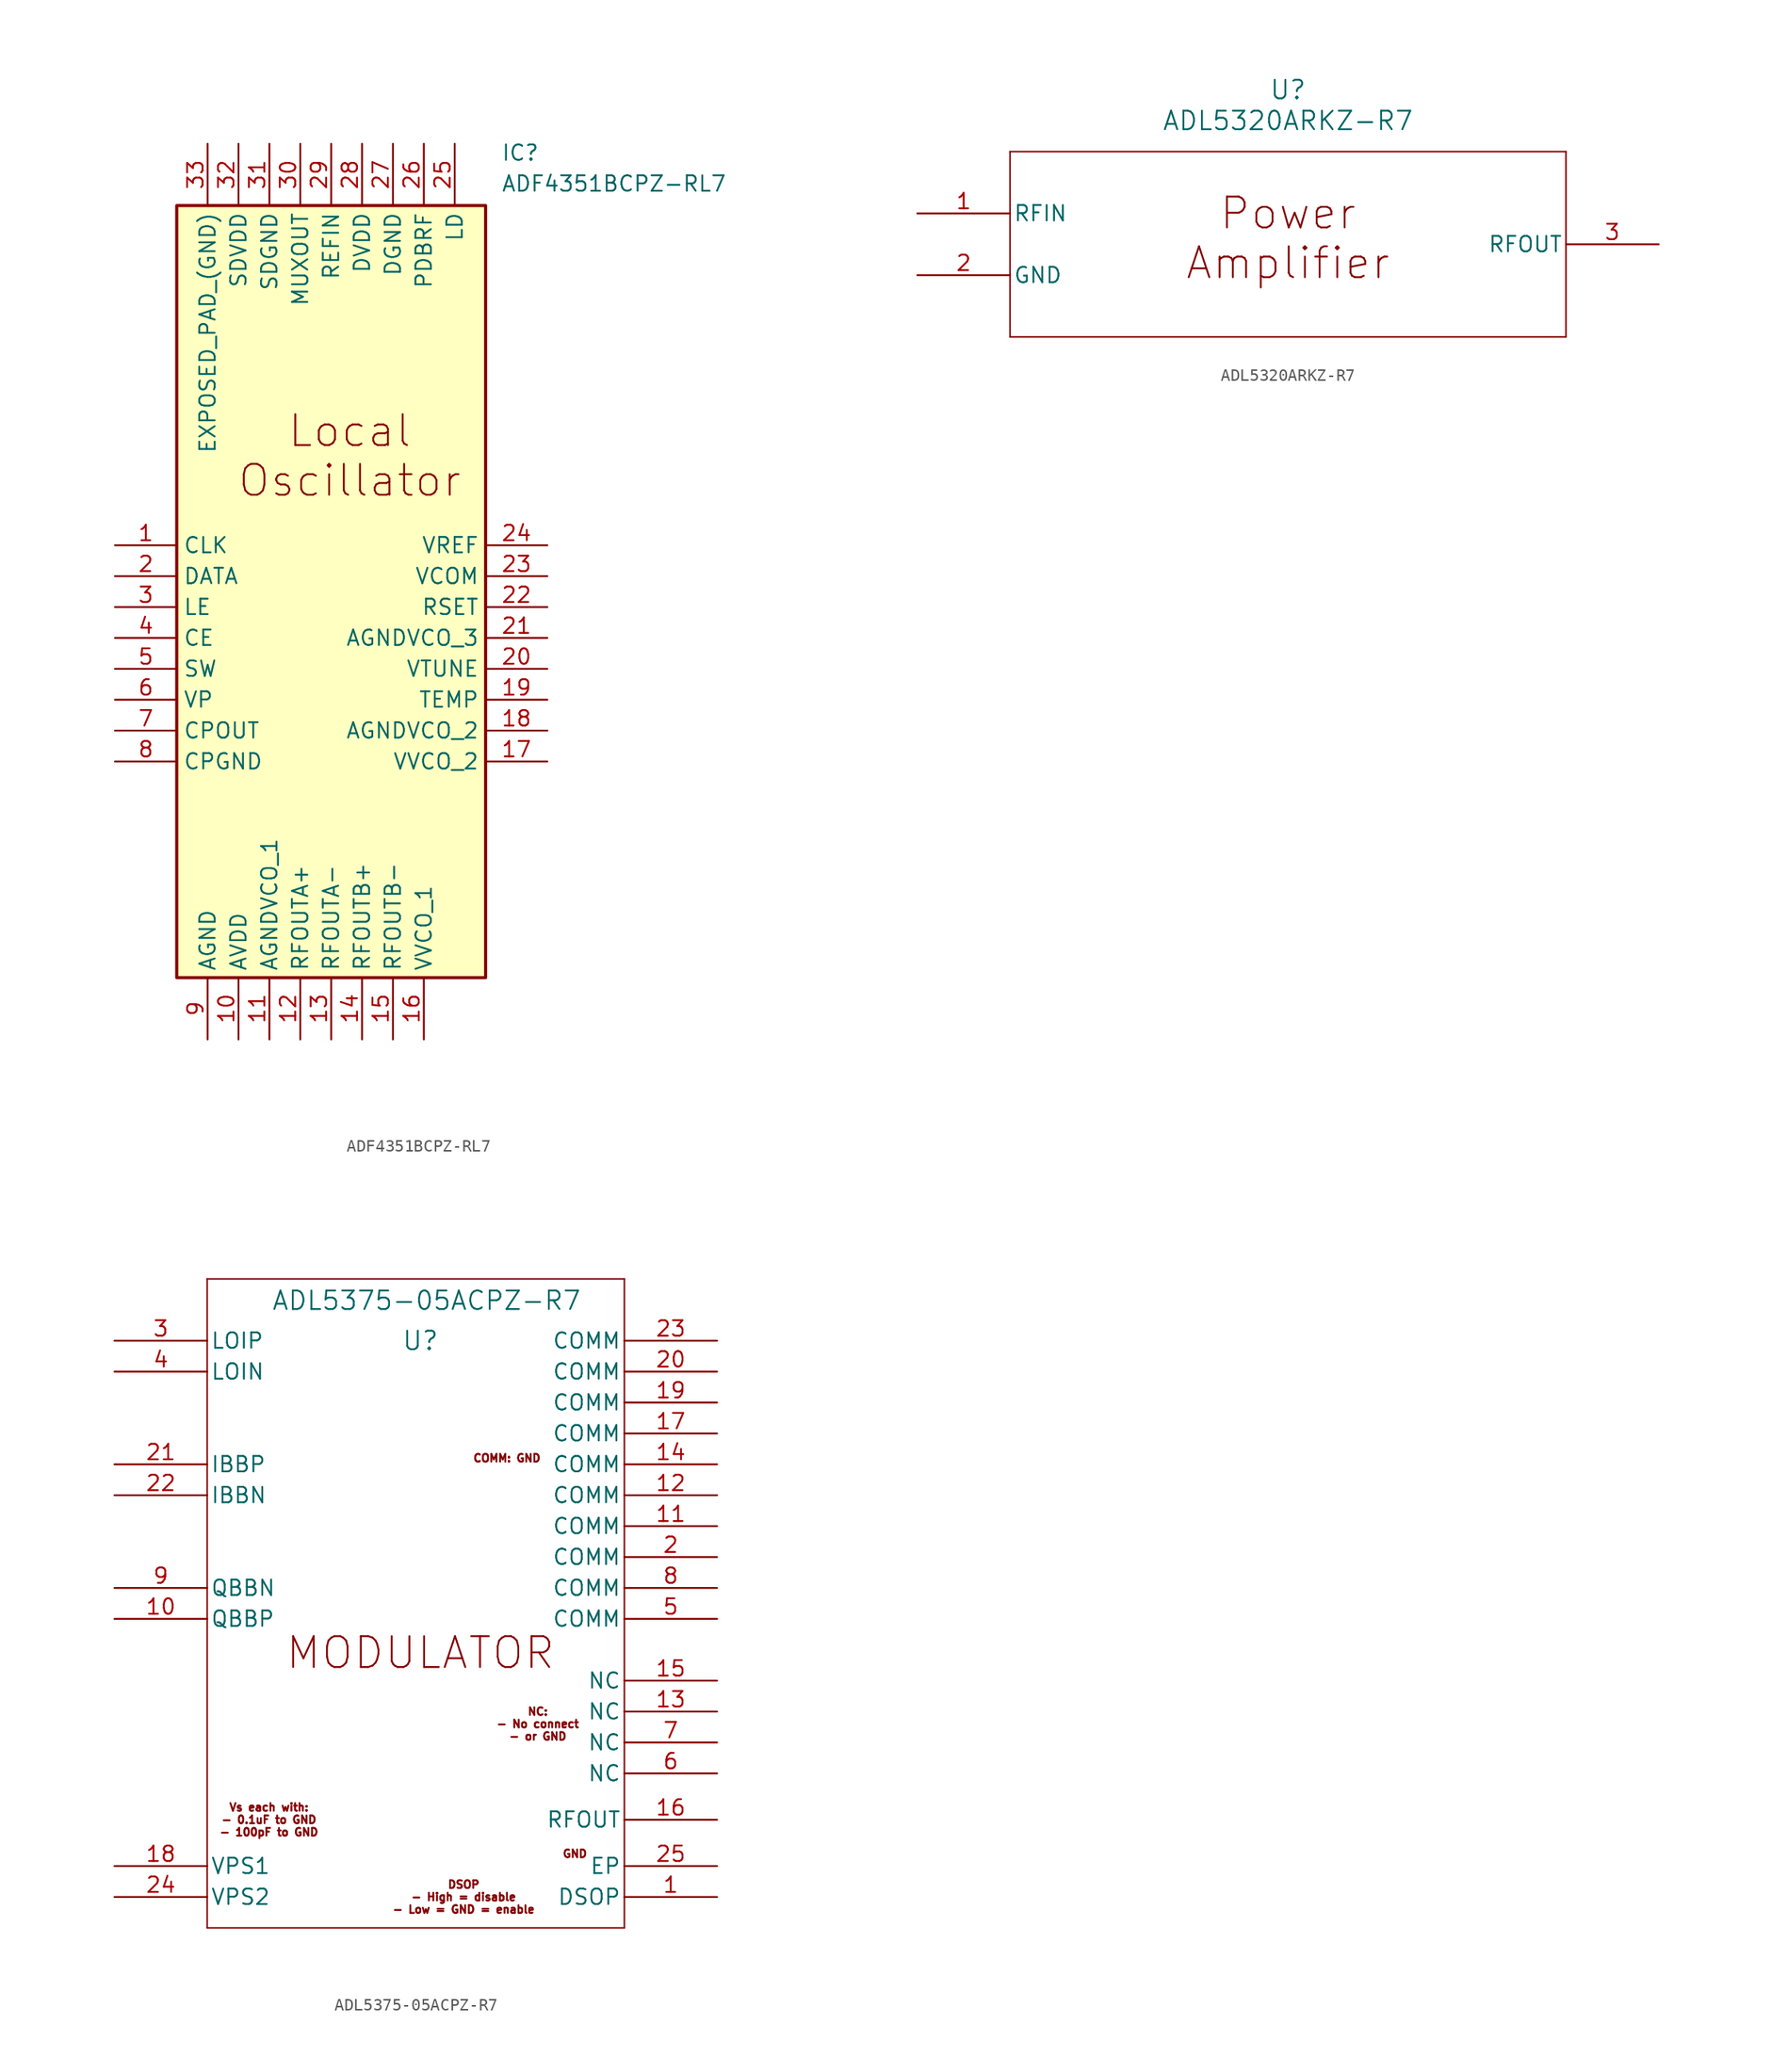
<source format=kicad_sym>
(kicad_symbol_lib
  (version 20241209)
  (generator "kicad_symbol_editor")
  (generator_version "9.0")
  (symbol "ADF4351BCPZ-RL7"
    (property "Reference" "IC"
      (at 31.75 33.02 0)
      (effects (font (size 1.27 1.27)) (justify left top)))
    (property "Value" "ADF4351BCPZ-RL7"
      (at 31.75 30.48 0)
      (effects (font (size 1.27 1.27)) (justify left top)))
    (symbol "ADF4351BCPZ-RL7_1_1"
      (rectangle (start 5.08 27.94) (end 30.48 -35.56) (stroke (width 0.254) (type default)) (fill (type background)))
      (text "Local\nOscillator" (at 19.304 7.366 0) (effects (font (size 2.54 2.54))))
      (pin passive line (at 0 0 0) (length 5.08) (name "CLK" (effects (font (size 1.27 1.27)))) (number "1" (effects (font (size 1.27 1.27)))))
      (pin passive line (at 0 -2.54 0) (length 5.08) (name "DATA" (effects (font (size 1.27 1.27)))) (number "2" (effects (font (size 1.27 1.27)))))
      (pin passive line (at 0 -5.08 0) (length 5.08) (name "LE" (effects (font (size 1.27 1.27)))) (number "3" (effects (font (size 1.27 1.27)))))
      (pin passive line (at 0 -7.62 0) (length 5.08) (name "CE" (effects (font (size 1.27 1.27)))) (number "4" (effects (font (size 1.27 1.27)))))
      (pin passive line (at 0 -10.16 0) (length 5.08) (name "SW" (effects (font (size 1.27 1.27)))) (number "5" (effects (font (size 1.27 1.27)))))
      (pin passive line (at 0 -12.7 0) (length 5.08) (name "VP" (effects (font (size 1.27 1.27)))) (number "6" (effects (font (size 1.27 1.27)))))
      (pin passive line (at 0 -15.24 0) (length 5.08) (name "CPOUT" (effects (font (size 1.27 1.27)))) (number "7" (effects (font (size 1.27 1.27)))))
      (pin passive line (at 0 -17.78 0) (length 5.08) (name "CPGND" (effects (font (size 1.27 1.27)))) (number "8" (effects (font (size 1.27 1.27)))))
      (pin passive line (at 7.62 33.02 270) (length 5.08) (name "EXPOSED_PAD_(GND)" (effects (font (size 1.27 1.27)))) (number "33" (effects (font (size 1.27 1.27)))))
      (pin passive line (at 7.62 -40.64 90) (length 5.08) (name "AGND" (effects (font (size 1.27 1.27)))) (number "9" (effects (font (size 1.27 1.27)))))
      (pin passive line (at 10.16 33.02 270) (length 5.08) (name "SDVDD" (effects (font (size 1.27 1.27)))) (number "32" (effects (font (size 1.27 1.27)))))
      (pin passive line (at 10.16 -40.64 90) (length 5.08) (name "AVDD" (effects (font (size 1.27 1.27)))) (number "10" (effects (font (size 1.27 1.27)))))
      (pin passive line (at 12.7 33.02 270) (length 5.08) (name "SDGND" (effects (font (size 1.27 1.27)))) (number "31" (effects (font (size 1.27 1.27)))))
      (pin passive line (at 12.7 -40.64 90) (length 5.08) (name "AGNDVCO_1" (effects (font (size 1.27 1.27)))) (number "11" (effects (font (size 1.27 1.27)))))
      (pin passive line (at 15.24 33.02 270) (length 5.08) (name "MUXOUT" (effects (font (size 1.27 1.27)))) (number "30" (effects (font (size 1.27 1.27)))))
      (pin passive line (at 15.24 -40.64 90) (length 5.08) (name "RFOUTA+" (effects (font (size 1.27 1.27)))) (number "12" (effects (font (size 1.27 1.27)))))
      (pin passive line (at 17.78 33.02 270) (length 5.08) (name "REFIN" (effects (font (size 1.27 1.27)))) (number "29" (effects (font (size 1.27 1.27)))))
      (pin passive line (at 17.78 -40.64 90) (length 5.08) (name "RFOUTA-" (effects (font (size 1.27 1.27)))) (number "13" (effects (font (size 1.27 1.27)))))
      (pin passive line (at 20.32 33.02 270) (length 5.08) (name "DVDD" (effects (font (size 1.27 1.27)))) (number "28" (effects (font (size 1.27 1.27)))))
      (pin passive line (at 20.32 -40.64 90) (length 5.08) (name "RFOUTB+" (effects (font (size 1.27 1.27)))) (number "14" (effects (font (size 1.27 1.27)))))
      (pin passive line (at 22.86 33.02 270) (length 5.08) (name "DGND" (effects (font (size 1.27 1.27)))) (number "27" (effects (font (size 1.27 1.27)))))
      (pin passive line (at 22.86 -40.64 90) (length 5.08) (name "RFOUTB-" (effects (font (size 1.27 1.27)))) (number "15" (effects (font (size 1.27 1.27)))))
      (pin passive line (at 25.4 33.02 270) (length 5.08) (name "PDBRF" (effects (font (size 1.27 1.27)))) (number "26" (effects (font (size 1.27 1.27)))))
      (pin passive line (at 25.4 -40.64 90) (length 5.08) (name "VVCO_1" (effects (font (size 1.27 1.27)))) (number "16" (effects (font (size 1.27 1.27)))))
      (pin passive line (at 27.94 33.02 270) (length 5.08) (name "LD" (effects (font (size 1.27 1.27)))) (number "25" (effects (font (size 1.27 1.27)))))
      (pin passive line (at 35.56 0 180) (length 5.08) (name "VREF" (effects (font (size 1.27 1.27)))) (number "24" (effects (font (size 1.27 1.27)))))
      (pin passive line (at 35.56 -2.54 180) (length 5.08) (name "VCOM" (effects (font (size 1.27 1.27)))) (number "23" (effects (font (size 1.27 1.27)))))
      (pin passive line (at 35.56 -5.08 180) (length 5.08) (name "RSET" (effects (font (size 1.27 1.27)))) (number "22" (effects (font (size 1.27 1.27)))))
      (pin passive line (at 35.56 -7.62 180) (length 5.08) (name "AGNDVCO_3" (effects (font (size 1.27 1.27)))) (number "21" (effects (font (size 1.27 1.27)))))
      (pin passive line (at 35.56 -10.16 180) (length 5.08) (name "VTUNE" (effects (font (size 1.27 1.27)))) (number "20" (effects (font (size 1.27 1.27)))))
      (pin passive line (at 35.56 -12.7 180) (length 5.08) (name "TEMP" (effects (font (size 1.27 1.27)))) (number "19" (effects (font (size 1.27 1.27)))))
      (pin passive line (at 35.56 -15.24 180) (length 5.08) (name "AGNDVCO_2" (effects (font (size 1.27 1.27)))) (number "18" (effects (font (size 1.27 1.27)))))
      (pin passive line (at 35.56 -17.78 180) (length 5.08) (name "VVCO_2" (effects (font (size 1.27 1.27)))) (number "17" (effects (font (size 1.27 1.27)))))))
  (symbol "ADL5320ARKZ-R7"
    (pin_names
      (offset 0.254))
    (property "Reference" "U"
      (at 30.48 10.16 0)
      (effects (font (size 1.524 1.524))))
    (property "Value" "ADL5320ARKZ-R7"
      (at 30.48 7.62 0)
      (effects (font (size 1.524 1.524))))
    (property "ki_locked" ""
      (at 0 0 0)
      (effects (font (size 1.27 1.27))))
    (symbol "ADL5320ARKZ-R7_0_1"
      (polyline (pts (xy 7.62 5.08) (xy 7.62 -10.16)) (stroke (width 0.127) (type default)) (fill (type none)))
      (polyline (pts (xy 7.62 -10.16) (xy 53.34 -10.16)) (stroke (width 0.127) (type default)) (fill (type none)))
      (polyline (pts (xy 53.34 5.08) (xy 7.62 5.08)) (stroke (width 0.127) (type default)) (fill (type none)))
      (polyline (pts (xy 53.34 -10.16) (xy 53.34 5.08)) (stroke (width 0.127) (type default)) (fill (type none)))
      (pin unspecified line (at 0 0 0) (length 7.62) (name "RFIN" (effects (font (size 1.27 1.27)))) (number "1" (effects (font (size 1.27 1.27)))))
      (pin unspecified line (at 0 -5.08 0) (length 7.62) (name "GND" (effects (font (size 1.27 1.27)))) (number "2" (effects (font (size 1.27 1.27)))))
      (pin unspecified line (at 60.96 -2.54 180) (length 7.62) (name "RFOUT" (effects (font (size 1.27 1.27)))) (number "3" (effects (font (size 1.27 1.27))))))
    (symbol "ADL5320ARKZ-R7_1_1"
      (text "Power\nAmplifier" (at 30.48 -2.032 0) (effects (font (size 2.54 2.54))))))
  (symbol "ADL5375-05ACPZ-R7"
    (pin_names
      (offset 0.254))
    (property "Reference" "U"
      (at 25.146 0 0)
      (effects (font (size 1.524 1.524))))
    (property "Value" "ADL5375-05ACPZ-R7"
      (at 25.654 3.302 0)
      (effects (font (size 1.524 1.524))))
    (property "ki_locked" ""
      (at 0 0 0)
      (effects (font (size 1.27 1.27))))
    (symbol "ADL5375-05ACPZ-R7_0_1"
      (polyline (pts (xy 7.62 5.08) (xy 7.62 -48.26)) (stroke (width 0.127) (type default)) (fill (type none)))
      (polyline (pts (xy 7.62 -48.26) (xy 41.91 -48.26)) (stroke (width 0.127) (type default)) (fill (type none)))
      (polyline (pts (xy 41.91 5.08) (xy 7.62 5.08)) (stroke (width 0.127) (type default)) (fill (type none)))
      (polyline (pts (xy 41.91 -48.26) (xy 41.91 5.08)) (stroke (width 0.127) (type default)) (fill (type none)))
      (pin unspecified line (at 0 0 0) (length 7.62) (name "LOIP" (effects (font (size 1.27 1.27)))) (number "3" (effects (font (size 1.27 1.27)))))
      (pin unspecified line (at 0 -2.54 0) (length 7.62) (name "LOIN" (effects (font (size 1.27 1.27)))) (number "4" (effects (font (size 1.27 1.27)))))
      (pin unspecified line (at 0 -10.16 0) (length 7.62) (name "IBBP" (effects (font (size 1.27 1.27)))) (number "21" (effects (font (size 1.27 1.27)))))
      (pin unspecified line (at 0 -12.7 0) (length 7.62) (name "IBBN" (effects (font (size 1.27 1.27)))) (number "22" (effects (font (size 1.27 1.27)))))
      (pin unspecified line (at 0 -20.32 0) (length 7.62) (name "QBBN" (effects (font (size 1.27 1.27)))) (number "9" (effects (font (size 1.27 1.27)))))
      (pin unspecified line (at 0 -22.86 0) (length 7.62) (name "QBBP" (effects (font (size 1.27 1.27)))) (number "10" (effects (font (size 1.27 1.27)))))
      (pin power_in line (at 0 -43.18 0) (length 7.62) (name "VPS1" (effects (font (size 1.27 1.27)))) (number "18" (effects (font (size 1.27 1.27)))))
      (pin power_in line (at 0 -45.72 0) (length 7.62) (name "VPS2" (effects (font (size 1.27 1.27)))) (number "24" (effects (font (size 1.27 1.27)))))
      (pin unspecified line (at 49.53 0 180) (length 7.62) (name "COMM" (effects (font (size 1.27 1.27)))) (number "23" (effects (font (size 1.27 1.27)))))
      (pin unspecified line (at 49.53 -2.54 180) (length 7.62) (name "COMM" (effects (font (size 1.27 1.27)))) (number "20" (effects (font (size 1.27 1.27)))))
      (pin unspecified line (at 49.53 -5.08 180) (length 7.62) (name "COMM" (effects (font (size 1.27 1.27)))) (number "19" (effects (font (size 1.27 1.27)))))
      (pin unspecified line (at 49.53 -7.62 180) (length 7.62) (name "COMM" (effects (font (size 1.27 1.27)))) (number "17" (effects (font (size 1.27 1.27)))))
      (pin unspecified line (at 49.53 -10.16 180) (length 7.62) (name "COMM" (effects (font (size 1.27 1.27)))) (number "14" (effects (font (size 1.27 1.27)))))
      (pin unspecified line (at 49.53 -12.7 180) (length 7.62) (name "COMM" (effects (font (size 1.27 1.27)))) (number "12" (effects (font (size 1.27 1.27)))))
      (pin unspecified line (at 49.53 -15.24 180) (length 7.62) (name "COMM" (effects (font (size 1.27 1.27)))) (number "11" (effects (font (size 1.27 1.27)))))
      (pin unspecified line (at 49.53 -17.78 180) (length 7.62) (name "COMM" (effects (font (size 1.27 1.27)))) (number "2" (effects (font (size 1.27 1.27)))))
      (pin unspecified line (at 49.53 -20.32 180) (length 7.62) (name "COMM" (effects (font (size 1.27 1.27)))) (number "8" (effects (font (size 1.27 1.27)))))
      (pin unspecified line (at 49.53 -22.86 180) (length 7.62) (name "COMM" (effects (font (size 1.27 1.27)))) (number "5" (effects (font (size 1.27 1.27)))))
      (pin unspecified line (at 49.53 -27.94 180) (length 7.62) (name "NC" (effects (font (size 1.27 1.27)))) (number "15" (effects (font (size 1.27 1.27)))))
      (pin unspecified line (at 49.53 -30.48 180) (length 7.62) (name "NC" (effects (font (size 1.27 1.27)))) (number "13" (effects (font (size 1.27 1.27)))))
      (pin unspecified line (at 49.53 -33.02 180) (length 7.62) (name "NC" (effects (font (size 1.27 1.27)))) (number "7" (effects (font (size 1.27 1.27)))))
      (pin unspecified line (at 49.53 -35.56 180) (length 7.62) (name "NC" (effects (font (size 1.27 1.27)))) (number "6" (effects (font (size 1.27 1.27)))))
      (pin unspecified line (at 49.53 -39.37 180) (length 7.62) (name "RFOUT" (effects (font (size 1.27 1.27)))) (number "16" (effects (font (size 1.27 1.27)))))
      (pin unspecified line (at 49.53 -43.18 180) (length 7.62) (name "EP" (effects (font (size 1.27 1.27)))) (number "25" (effects (font (size 1.27 1.27)))))
      (pin unspecified line (at 49.53 -45.72 180) (length 7.62) (name "DSOP" (effects (font (size 1.27 1.27)))) (number "1" (effects (font (size 1.27 1.27))))))
    (symbol "ADL5375-05ACPZ-R7_1_1"
      (text "Vs each with:\n- 0.1uF to GND\n- 100pF to GND" (at 12.7 -39.37 0) (effects (font (size 0.635 0.635))))
      (text "MODULATOR" (at 25.146 -25.654 0) (effects (font (size 2.54 2.54))))
      (text "DSOP\n- High = disable\n- Low = GND = enable\n" (at 28.702 -45.72 0) (effects (font (size 0.635 0.635))))
      (text "COMM: GND" (at 32.258 -9.652 0) (effects (font (size 0.635 0.635))))
      (text "NC:\n- No connect\n- or GND\n" (at 34.798 -31.496 0) (effects (font (size 0.635 0.635))))
      (text "GND" (at 37.846 -42.164 0) (effects (font (size 0.635 0.635)))))))
</source>
